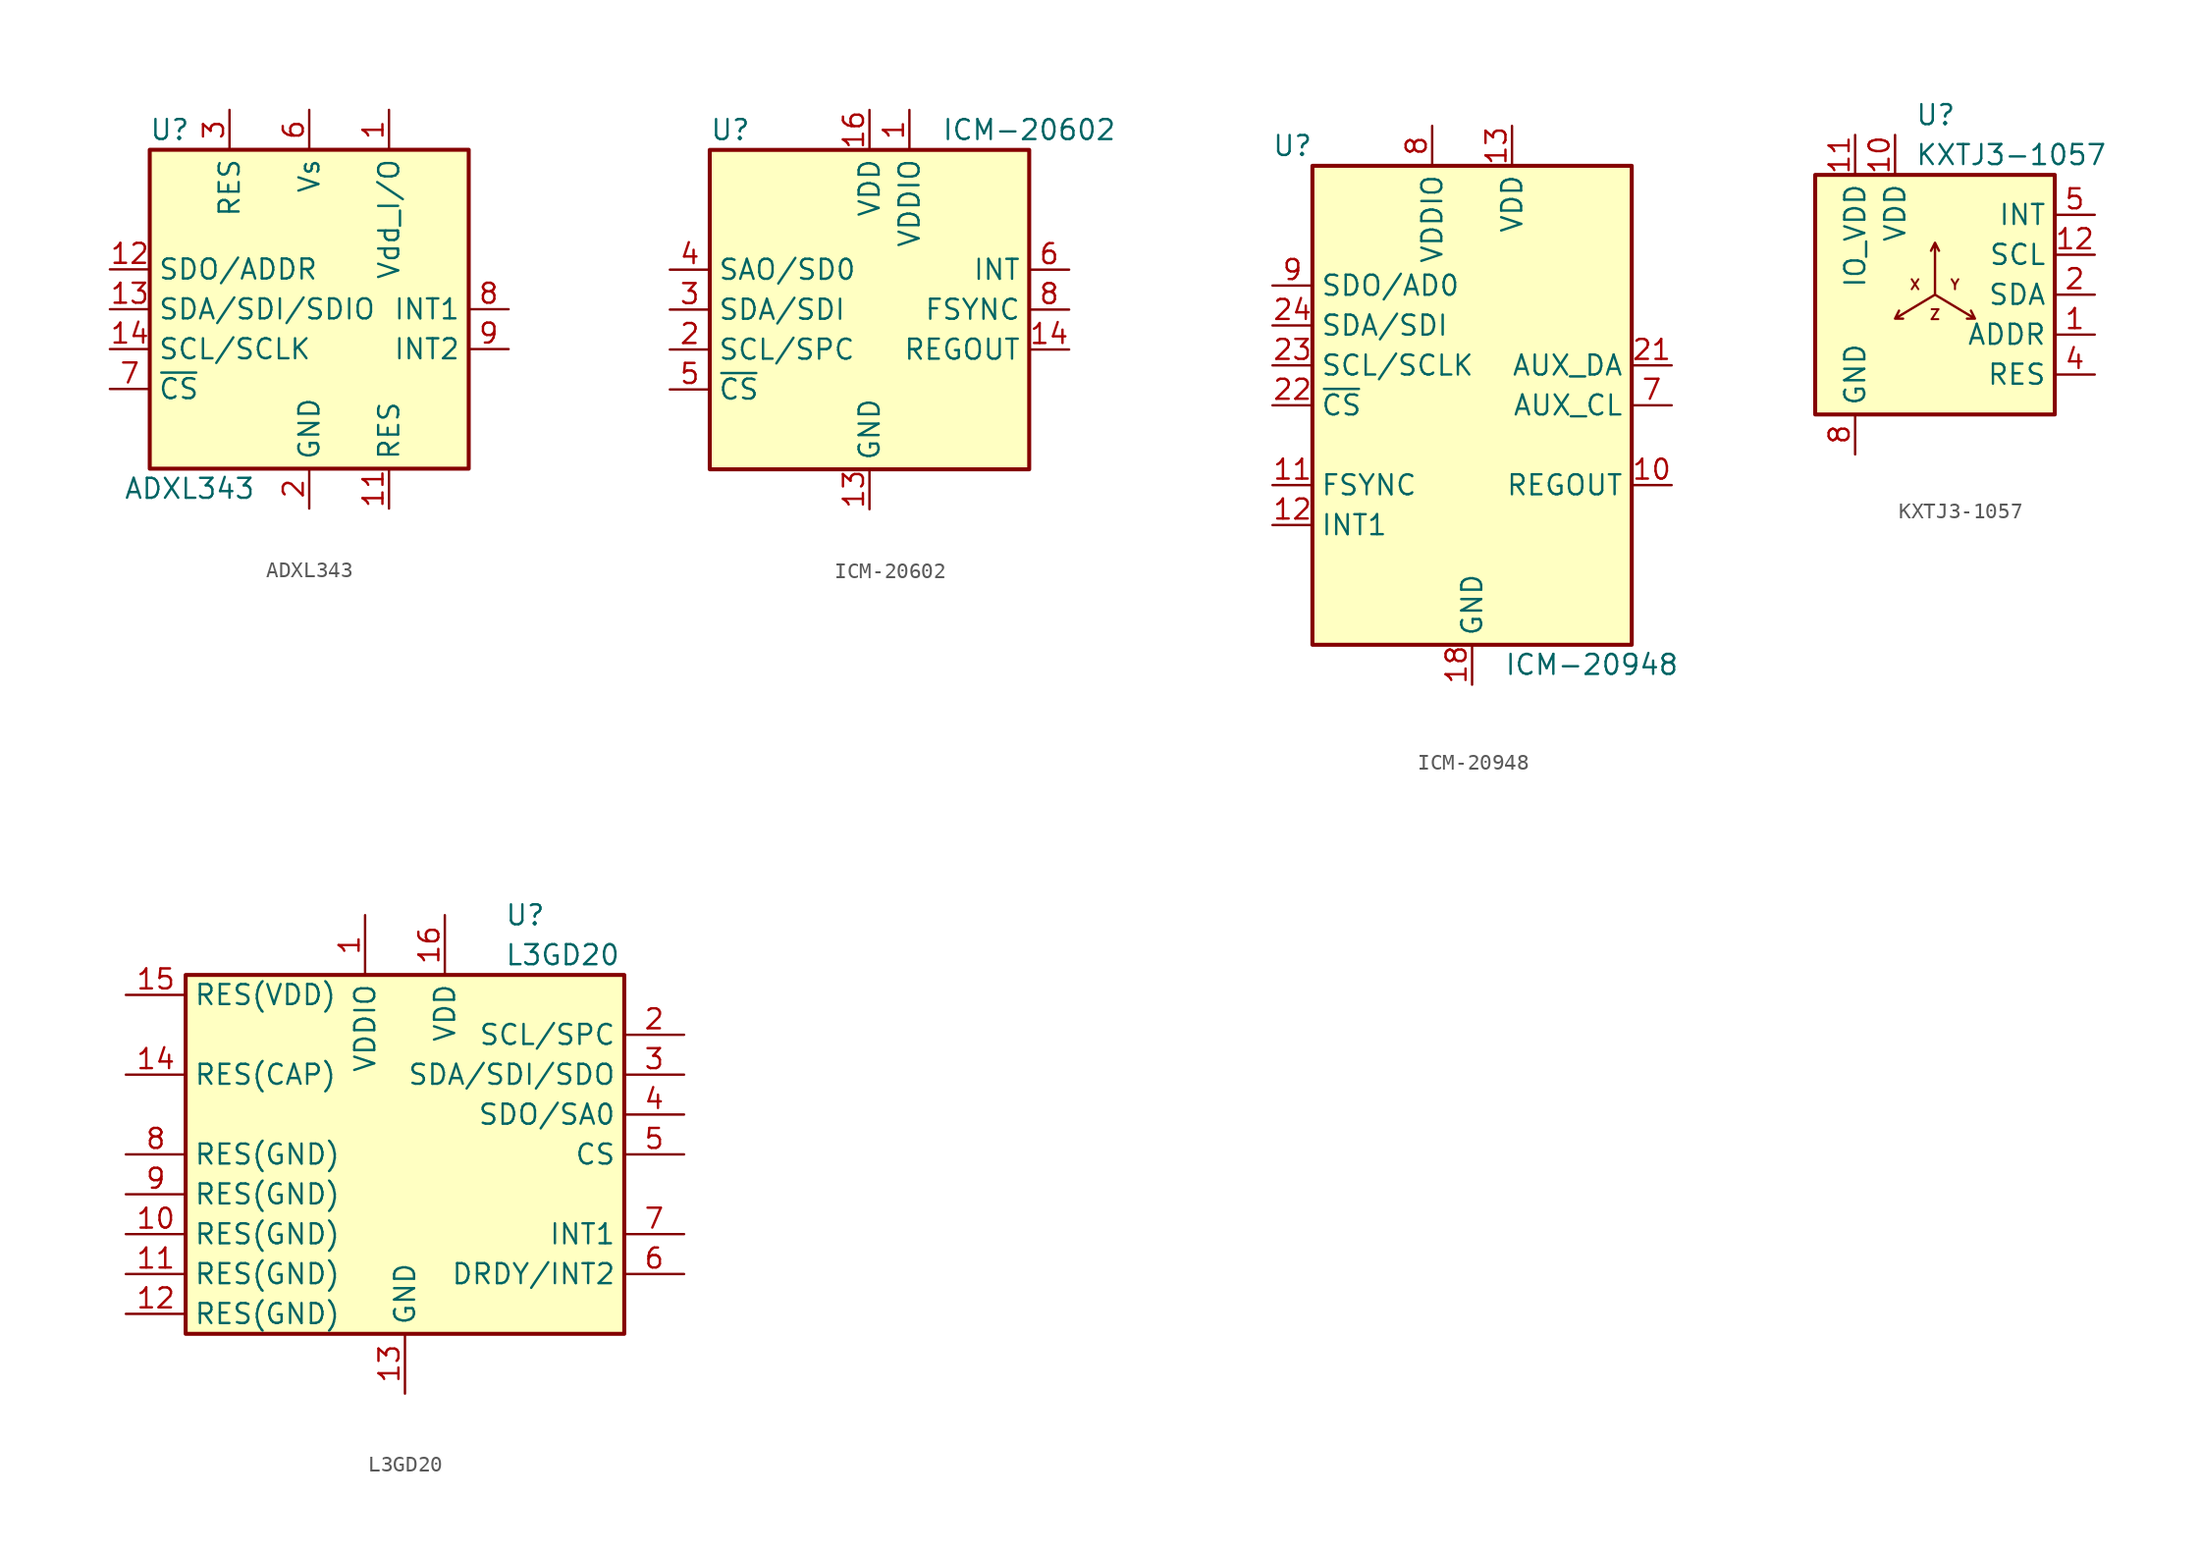
<source format=kicad_sym>
(kicad_symbol_lib
  (version 20211014)
  (generator kicad_symbol_editor)
  (symbol "ADXL343"
    (property "Reference" "U"
      (at -8.89 11.43 0)
      (effects (font (size 1.27 1.27))))
    (property "Value" "ADXL343"
      (at -7.62 -11.43 0)
      (effects (font (size 1.27 1.27))))
    (symbol "ADXL343_0_1"
      (rectangle (start -10.16 10.16) (end 10.16 -10.16) (stroke (width 0.254) (type default) (color 0 0 0 0)) (fill (type background))))
    (symbol "ADXL343_1_1"
      (pin power_in line (at 5.08 12.7 270) (length 2.54) (name "Vdd_I/O" (effects (font (size 1.27 1.27)))) (number "1" (effects (font (size 1.27 1.27)))))
      (pin no_connect line (at -5.08 -10.16 90) (length 2.54) hide (name "NC" (effects (font (size 1.27 1.27)))) (number "10" (effects (font (size 1.27 1.27)))))
      (pin passive line (at 5.08 -12.7 90) (length 2.54) (name "RES" (effects (font (size 1.27 1.27)))) (number "11" (effects (font (size 1.27 1.27)))))
      (pin bidirectional line (at -12.7 2.54 0) (length 2.54) (name "SDO/ADDR" (effects (font (size 1.27 1.27)))) (number "12" (effects (font (size 1.27 1.27)))))
      (pin bidirectional line (at -12.7 0 0) (length 2.54) (name "SDA/SDI/SDIO" (effects (font (size 1.27 1.27)))) (number "13" (effects (font (size 1.27 1.27)))))
      (pin input line (at -12.7 -2.54 0) (length 2.54) (name "SCL/SCLK" (effects (font (size 1.27 1.27)))) (number "14" (effects (font (size 1.27 1.27)))))
      (pin power_in line (at 0 -12.7 90) (length 2.54) (name "GND" (effects (font (size 1.27 1.27)))) (number "2" (effects (font (size 1.27 1.27)))))
      (pin passive line (at -5.08 12.7 270) (length 2.54) (name "RES" (effects (font (size 1.27 1.27)))) (number "3" (effects (font (size 1.27 1.27)))))
      (pin passive line (at 0 -12.7 90) (length 2.54) hide (name "GND" (effects (font (size 1.27 1.27)))) (number "4" (effects (font (size 1.27 1.27)))))
      (pin passive line (at 0 -12.7 90) (length 2.54) hide (name "GND" (effects (font (size 1.27 1.27)))) (number "5" (effects (font (size 1.27 1.27)))))
      (pin power_in line (at 0 12.7 270) (length 2.54) (name "Vs" (effects (font (size 1.27 1.27)))) (number "6" (effects (font (size 1.27 1.27)))))
      (pin input line (at -12.7 -5.08 0) (length 2.54) (name "~{CS}" (effects (font (size 1.27 1.27)))) (number "7" (effects (font (size 1.27 1.27)))))
      (pin output line (at 12.7 0 180) (length 2.54) (name "INT1" (effects (font (size 1.27 1.27)))) (number "8" (effects (font (size 1.27 1.27)))))
      (pin output line (at 12.7 -2.54 180) (length 2.54) (name "INT2" (effects (font (size 1.27 1.27)))) (number "9" (effects (font (size 1.27 1.27)))))))
  (symbol "ICM-20602"
    (property "Reference" "U"
      (at -10.16 11.43 0)
      (effects (font (size 1.27 1.27)) (justify left)))
    (property "Value" "ICM-20602"
      (at 10.16 11.43 0)
      (effects (font (size 1.27 1.27))))
    (symbol "ICM-20602_0_1"
      (rectangle (start -10.16 10.16) (end 10.16 -10.16) (stroke (width 0.254) (type default) (color 0 0 0 0)) (fill (type background))))
    (symbol "ICM-20602_1_1"
      (pin power_in line (at 2.54 12.7 270) (length 2.54) (name "VDDIO" (effects (font (size 1.27 1.27)))) (number "1" (effects (font (size 1.27 1.27)))))
      (pin passive line (at 0 -12.7 90) (length 2.54) hide (name "GND" (effects (font (size 1.27 1.27)))) (number "10" (effects (font (size 1.27 1.27)))))
      (pin passive line (at 0 -12.7 90) (length 2.54) hide (name "GND" (effects (font (size 1.27 1.27)))) (number "11" (effects (font (size 1.27 1.27)))))
      (pin passive line (at 0 -12.7 90) (length 2.54) hide (name "GND" (effects (font (size 1.27 1.27)))) (number "12" (effects (font (size 1.27 1.27)))))
      (pin power_in line (at 0 -12.7 90) (length 2.54) (name "GND" (effects (font (size 1.27 1.27)))) (number "13" (effects (font (size 1.27 1.27)))))
      (pin passive line (at 12.7 -2.54 180) (length 2.54) (name "REGOUT" (effects (font (size 1.27 1.27)))) (number "14" (effects (font (size 1.27 1.27)))))
      (pin passive line (at 0 -12.7 90) (length 2.54) hide (name "GND" (effects (font (size 1.27 1.27)))) (number "15" (effects (font (size 1.27 1.27)))))
      (pin power_in line (at 0 12.7 270) (length 2.54) (name "VDD" (effects (font (size 1.27 1.27)))) (number "16" (effects (font (size 1.27 1.27)))))
      (pin input line (at -12.7 -2.54 0) (length 2.54) (name "SCL/SPC" (effects (font (size 1.27 1.27)))) (number "2" (effects (font (size 1.27 1.27)))))
      (pin bidirectional line (at -12.7 0 0) (length 2.54) (name "SDA/SDI" (effects (font (size 1.27 1.27)))) (number "3" (effects (font (size 1.27 1.27)))))
      (pin bidirectional line (at -12.7 2.54 0) (length 2.54) (name "SAO/SD0" (effects (font (size 1.27 1.27)))) (number "4" (effects (font (size 1.27 1.27)))))
      (pin input line (at -12.7 -5.08 0) (length 2.54) (name "~{CS}" (effects (font (size 1.27 1.27)))) (number "5" (effects (font (size 1.27 1.27)))))
      (pin output line (at 12.7 2.54 180) (length 2.54) (name "INT" (effects (font (size 1.27 1.27)))) (number "6" (effects (font (size 1.27 1.27)))))
      (pin no_connect line (at -10.16 5.08 0) (length 2.54) hide (name "RESV" (effects (font (size 1.27 1.27)))) (number "7" (effects (font (size 1.27 1.27)))))
      (pin input line (at 12.7 0 180) (length 2.54) (name "FSYNC" (effects (font (size 1.27 1.27)))) (number "8" (effects (font (size 1.27 1.27)))))
      (pin passive line (at 0 -12.7 90) (length 2.54) hide (name "GND" (effects (font (size 1.27 1.27)))) (number "9" (effects (font (size 1.27 1.27)))))))
  (symbol "ICM-20948"
    (property "Reference" "U"
      (at -11.43 16.51 0)
      (effects (font (size 1.27 1.27))))
    (property "Value" "ICM-20948"
      (at 7.62 -16.51 0)
      (effects (font (size 1.27 1.27))))
    (symbol "ICM-20948_0_1"
      (rectangle (start -10.16 15.24) (end 10.16 -15.24) (stroke (width 0.254) (type default) (color 0 0 0 0)) (fill (type background))))
    (symbol "ICM-20948_1_1"
      (pin no_connect line (at -10.16 12.7 0) (length 2.54) hide (name "NC" (effects (font (size 1.27 1.27)))) (number "1" (effects (font (size 1.27 1.27)))))
      (pin passive line (at 12.7 -5.08 180) (length 2.54) (name "REGOUT" (effects (font (size 1.27 1.27)))) (number "10" (effects (font (size 1.27 1.27)))))
      (pin input line (at -12.7 -5.08 0) (length 2.54) (name "FSYNC" (effects (font (size 1.27 1.27)))) (number "11" (effects (font (size 1.27 1.27)))))
      (pin output line (at -12.7 -7.62 0) (length 2.54) (name "INT1" (effects (font (size 1.27 1.27)))) (number "12" (effects (font (size 1.27 1.27)))))
      (pin power_in line (at 2.54 17.78 270) (length 2.54) (name "VDD" (effects (font (size 1.27 1.27)))) (number "13" (effects (font (size 1.27 1.27)))))
      (pin no_connect line (at 10.16 7.62 180) (length 2.54) hide (name "NC" (effects (font (size 1.27 1.27)))) (number "14" (effects (font (size 1.27 1.27)))))
      (pin no_connect line (at 10.16 5.08 180) (length 2.54) hide (name "NC" (effects (font (size 1.27 1.27)))) (number "15" (effects (font (size 1.27 1.27)))))
      (pin no_connect line (at 10.16 -7.62 180) (length 2.54) hide (name "NC" (effects (font (size 1.27 1.27)))) (number "16" (effects (font (size 1.27 1.27)))))
      (pin no_connect line (at 10.16 -10.16 180) (length 2.54) hide (name "NC" (effects (font (size 1.27 1.27)))) (number "17" (effects (font (size 1.27 1.27)))))
      (pin power_in line (at 0 -17.78 90) (length 2.54) (name "GND" (effects (font (size 1.27 1.27)))) (number "18" (effects (font (size 1.27 1.27)))))
      (pin no_connect line (at 10.16 -12.7 180) (length 2.54) hide (name "RESV" (effects (font (size 1.27 1.27)))) (number "19" (effects (font (size 1.27 1.27)))))
      (pin no_connect line (at -10.16 10.16 0) (length 2.54) hide (name "NC" (effects (font (size 1.27 1.27)))) (number "2" (effects (font (size 1.27 1.27)))))
      (pin passive line (at 0 -17.78 90) (length 2.54) hide (name "GND" (effects (font (size 1.27 1.27)))) (number "20" (effects (font (size 1.27 1.27)))))
      (pin bidirectional line (at 12.7 2.54 180) (length 2.54) (name "AUX_DA" (effects (font (size 1.27 1.27)))) (number "21" (effects (font (size 1.27 1.27)))))
      (pin input line (at -12.7 0 0) (length 2.54) (name "~{CS}" (effects (font (size 1.27 1.27)))) (number "22" (effects (font (size 1.27 1.27)))))
      (pin input line (at -12.7 2.54 0) (length 2.54) (name "SCL/SCLK" (effects (font (size 1.27 1.27)))) (number "23" (effects (font (size 1.27 1.27)))))
      (pin bidirectional line (at -12.7 5.08 0) (length 2.54) (name "SDA/SDI" (effects (font (size 1.27 1.27)))) (number "24" (effects (font (size 1.27 1.27)))))
      (pin no_connect line (at -10.16 -2.54 0) (length 2.54) hide (name "NC" (effects (font (size 1.27 1.27)))) (number "3" (effects (font (size 1.27 1.27)))))
      (pin no_connect line (at -10.16 -10.16 0) (length 2.54) hide (name "NC" (effects (font (size 1.27 1.27)))) (number "4" (effects (font (size 1.27 1.27)))))
      (pin no_connect line (at -10.16 -12.7 0) (length 2.54) hide (name "NC" (effects (font (size 1.27 1.27)))) (number "5" (effects (font (size 1.27 1.27)))))
      (pin no_connect line (at 10.16 10.16 180) (length 2.54) hide (name "NC" (effects (font (size 1.27 1.27)))) (number "6" (effects (font (size 1.27 1.27)))))
      (pin output line (at 12.7 0 180) (length 2.54) (name "AUX_CL" (effects (font (size 1.27 1.27)))) (number "7" (effects (font (size 1.27 1.27)))))
      (pin power_in line (at -2.54 17.78 270) (length 2.54) (name "VDDIO" (effects (font (size 1.27 1.27)))) (number "8" (effects (font (size 1.27 1.27)))))
      (pin bidirectional line (at -12.7 7.62 0) (length 2.54) (name "SDO/AD0" (effects (font (size 1.27 1.27)))) (number "9" (effects (font (size 1.27 1.27)))))))
  (symbol "KXTJ3-1057"
    (property "Reference" "U"
      (at -1.27 11.43 0)
      (effects (font (size 1.27 1.27)) (justify left)))
    (property "Value" "KXTJ3-1057"
      (at -1.27 8.89 0)
      (effects (font (size 1.27 1.27)) (justify left)))
    (symbol "KXTJ3-1057_0_0"
      (text "X" (at -1.27 0.635 0) (effects (font (size 0.635 0.635) bold)))
      (text "Y" (at 1.27 0.635 0) (effects (font (size 0.635 0.635) bold)))
      (text "Z" (at 0 -1.27 0) (effects (font (size 0.635 0.635) bold))))
    (symbol "KXTJ3-1057_0_1"
      (rectangle (start -7.62 7.62) (end 7.62 -7.62) (stroke (width 0.254) (type default) (color 0 0 0 0)) (fill (type background)))
      (polyline (pts (xy 0 0) (xy 0 3.302) (xy 0.254 2.794) (xy 0 3.302) (xy -0.254 2.794) (xy 0 3.302) (xy 0 0) (xy 2.54 -1.524) (xy 2.286 -1.016) (xy 2.54 -1.524) (xy 2.032 -1.524) (xy 2.54 -1.524) (xy 0 0) (xy -2.54 -1.524) (xy -2.286 -1.016) (xy -2.54 -1.524) (xy -2.032 -1.524)) (stroke (width 0) (type default) (color 0 0 0 0)) (fill (type none))))
    (symbol "KXTJ3-1057_1_1"
      (pin input line (at 10.16 -2.54 180) (length 2.54) (name "ADDR" (effects (font (size 1.27 1.27)))) (number "1" (effects (font (size 1.27 1.27)))))
      (pin power_in line (at -2.54 10.16 270) (length 2.54) (name "VDD" (effects (font (size 1.27 1.27)))) (number "10" (effects (font (size 1.27 1.27)))))
      (pin power_in line (at -5.08 10.16 270) (length 2.54) (name "IO_VDD" (effects (font (size 1.27 1.27)))) (number "11" (effects (font (size 1.27 1.27)))))
      (pin input line (at 10.16 2.54 180) (length 2.54) (name "SCL" (effects (font (size 1.27 1.27)))) (number "12" (effects (font (size 1.27 1.27)))))
      (pin bidirectional line (at 10.16 0 180) (length 2.54) (name "SDA" (effects (font (size 1.27 1.27)))) (number "2" (effects (font (size 1.27 1.27)))))
      (pin passive line (at -5.08 10.16 270) (length 2.54) hide (name "IO_VDD" (effects (font (size 1.27 1.27)))) (number "3" (effects (font (size 1.27 1.27)))))
      (pin passive line (at 10.16 -5.08 180) (length 2.54) (name "RES" (effects (font (size 1.27 1.27)))) (number "4" (effects (font (size 1.27 1.27)))))
      (pin output line (at 10.16 5.08 180) (length 2.54) (name "INT" (effects (font (size 1.27 1.27)))) (number "5" (effects (font (size 1.27 1.27)))))
      (pin passive line (at -5.08 -10.16 90) (length 2.54) hide (name "GND" (effects (font (size 1.27 1.27)))) (number "6" (effects (font (size 1.27 1.27)))))
      (pin passive line (at -2.54 10.16 270) (length 2.54) hide (name "VDD" (effects (font (size 1.27 1.27)))) (number "7" (effects (font (size 1.27 1.27)))))
      (pin power_in line (at -5.08 -10.16 90) (length 2.54) (name "GND" (effects (font (size 1.27 1.27)))) (number "8" (effects (font (size 1.27 1.27)))))
      (pin passive line (at -5.08 -10.16 90) (length 2.54) hide (name "GND" (effects (font (size 1.27 1.27)))) (number "9" (effects (font (size 1.27 1.27)))))))
  (symbol "L3GD20"
    (property "Reference" "U"
      (at 6.35 15.24 0)
      (effects (font (size 1.27 1.27)) (justify left)))
    (property "Value" "L3GD20"
      (at 6.35 12.7 0)
      (effects (font (size 1.27 1.27)) (justify left)))
    (symbol "L3GD20_0_1"
      (rectangle (start -13.97 11.43) (end 13.97 -11.43) (stroke (width 0.254) (type default) (color 0 0 0 0)) (fill (type background))))
    (symbol "L3GD20_1_1"
      (pin power_in line (at -2.54 15.24 270) (length 3.81) (name "VDDIO" (effects (font (size 1.27 1.27)))) (number "1" (effects (font (size 1.27 1.27)))))
      (pin passive line (at -17.78 -5.08 0) (length 3.81) (name "RES(GND)" (effects (font (size 1.27 1.27)))) (number "10" (effects (font (size 1.27 1.27)))))
      (pin passive line (at -17.78 -7.62 0) (length 3.81) (name "RES(GND)" (effects (font (size 1.27 1.27)))) (number "11" (effects (font (size 1.27 1.27)))))
      (pin passive line (at -17.78 -10.16 0) (length 3.81) (name "RES(GND)" (effects (font (size 1.27 1.27)))) (number "12" (effects (font (size 1.27 1.27)))))
      (pin power_in line (at 0 -15.24 90) (length 3.81) (name "GND" (effects (font (size 1.27 1.27)))) (number "13" (effects (font (size 1.27 1.27)))))
      (pin passive line (at -17.78 5.08 0) (length 3.81) (name "RES(CAP)" (effects (font (size 1.27 1.27)))) (number "14" (effects (font (size 1.27 1.27)))))
      (pin passive line (at -17.78 10.16 0) (length 3.81) (name "RES(VDD)" (effects (font (size 1.27 1.27)))) (number "15" (effects (font (size 1.27 1.27)))))
      (pin power_in line (at 2.54 15.24 270) (length 3.81) (name "VDD" (effects (font (size 1.27 1.27)))) (number "16" (effects (font (size 1.27 1.27)))))
      (pin input line (at 17.78 7.62 180) (length 3.81) (name "SCL/SPC" (effects (font (size 1.27 1.27)))) (number "2" (effects (font (size 1.27 1.27)))))
      (pin bidirectional line (at 17.78 5.08 180) (length 3.81) (name "SDA/SDI/SDO" (effects (font (size 1.27 1.27)))) (number "3" (effects (font (size 1.27 1.27)))))
      (pin output line (at 17.78 2.54 180) (length 3.81) (name "SDO/SA0" (effects (font (size 1.27 1.27)))) (number "4" (effects (font (size 1.27 1.27)))))
      (pin input line (at 17.78 0 180) (length 3.81) (name "CS" (effects (font (size 1.27 1.27)))) (number "5" (effects (font (size 1.27 1.27)))))
      (pin output line (at 17.78 -7.62 180) (length 3.81) (name "DRDY/INT2" (effects (font (size 1.27 1.27)))) (number "6" (effects (font (size 1.27 1.27)))))
      (pin output line (at 17.78 -5.08 180) (length 3.81) (name "INT1" (effects (font (size 1.27 1.27)))) (number "7" (effects (font (size 1.27 1.27)))))
      (pin passive line (at -17.78 0 0) (length 3.81) (name "RES(GND)" (effects (font (size 1.27 1.27)))) (number "8" (effects (font (size 1.27 1.27)))))
      (pin passive line (at -17.78 -2.54 0) (length 3.81) (name "RES(GND)" (effects (font (size 1.27 1.27)))) (number "9" (effects (font (size 1.27 1.27))))))))
</source>
